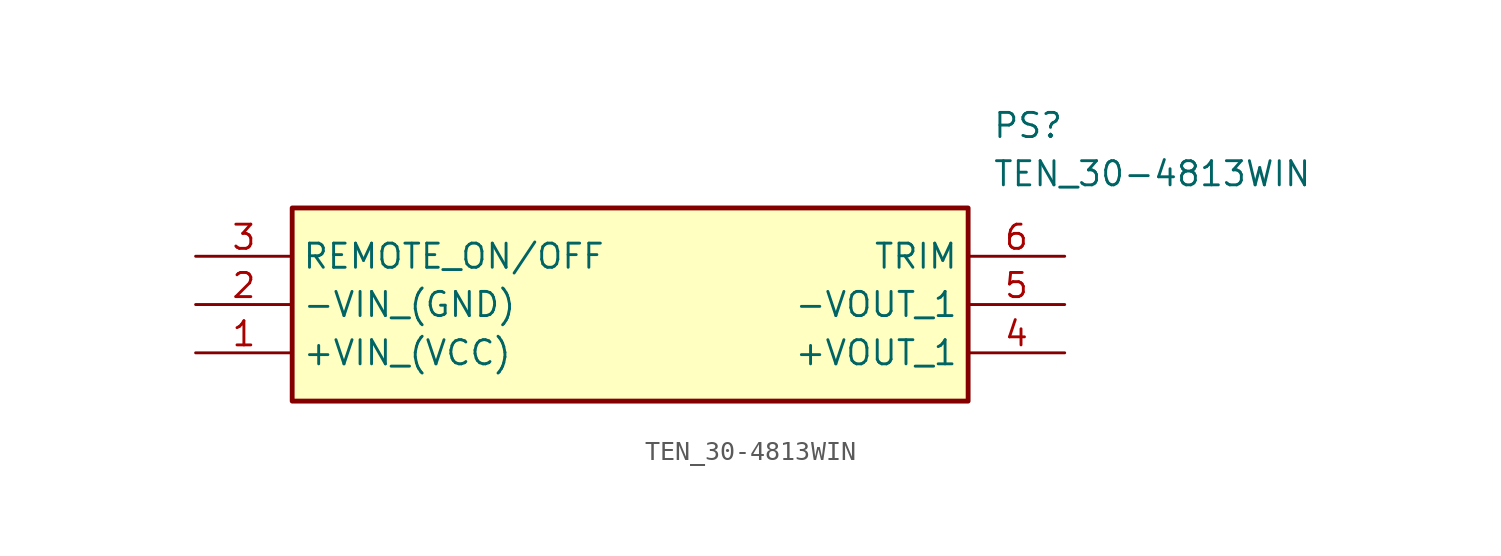
<source format=kicad_sym>
(kicad_symbol_lib
  (version 20211014)
  (generator SamacSys_ECAD_Model)
  (symbol "TEN_30-4813WIN"
    (property "Reference" "PS"
      (at 41.91 7.62 0)
      (effects (font (size 1.27 1.27)) (justify left top)))
    (property "Value" "TEN_30-4813WIN"
      (at 41.91 5.08 0)
      (effects (font (size 1.27 1.27)) (justify left top)))
    (rectangle
      (start 5.08 2.54)
      (end 40.64 -7.62)
      (stroke (width 0.254) (type default))
      (fill (type background)))
    (pin passive line
      (at 0 -5.08 0)
      (length 5.08)
      (name "+VIN_(VCC)" (effects (font (size 1.27 1.27))))
      (number "1" (effects (font (size 1.27 1.27)))))
    (pin passive line
      (at 0 -2.54 0)
      (length 5.08)
      (name "-VIN_(GND)" (effects (font (size 1.27 1.27))))
      (number "2" (effects (font (size 1.27 1.27)))))
    (pin passive line
      (at 0 0 0)
      (length 5.08)
      (name "REMOTE_ON/OFF" (effects (font (size 1.27 1.27))))
      (number "3" (effects (font (size 1.27 1.27)))))
    (pin passive line
      (at 45.72 -5.08 180)
      (length 5.08)
      (name "+VOUT_1" (effects (font (size 1.27 1.27))))
      (number "4" (effects (font (size 1.27 1.27)))))
    (pin passive line
      (at 45.72 -2.54 180)
      (length 5.08)
      (name "-VOUT_1" (effects (font (size 1.27 1.27))))
      (number "5" (effects (font (size 1.27 1.27)))))
    (pin passive line
      (at 45.72 0 180)
      (length 5.08)
      (name "TRIM" (effects (font (size 1.27 1.27))))
      (number "6" (effects (font (size 1.27 1.27)))))))
</source>
